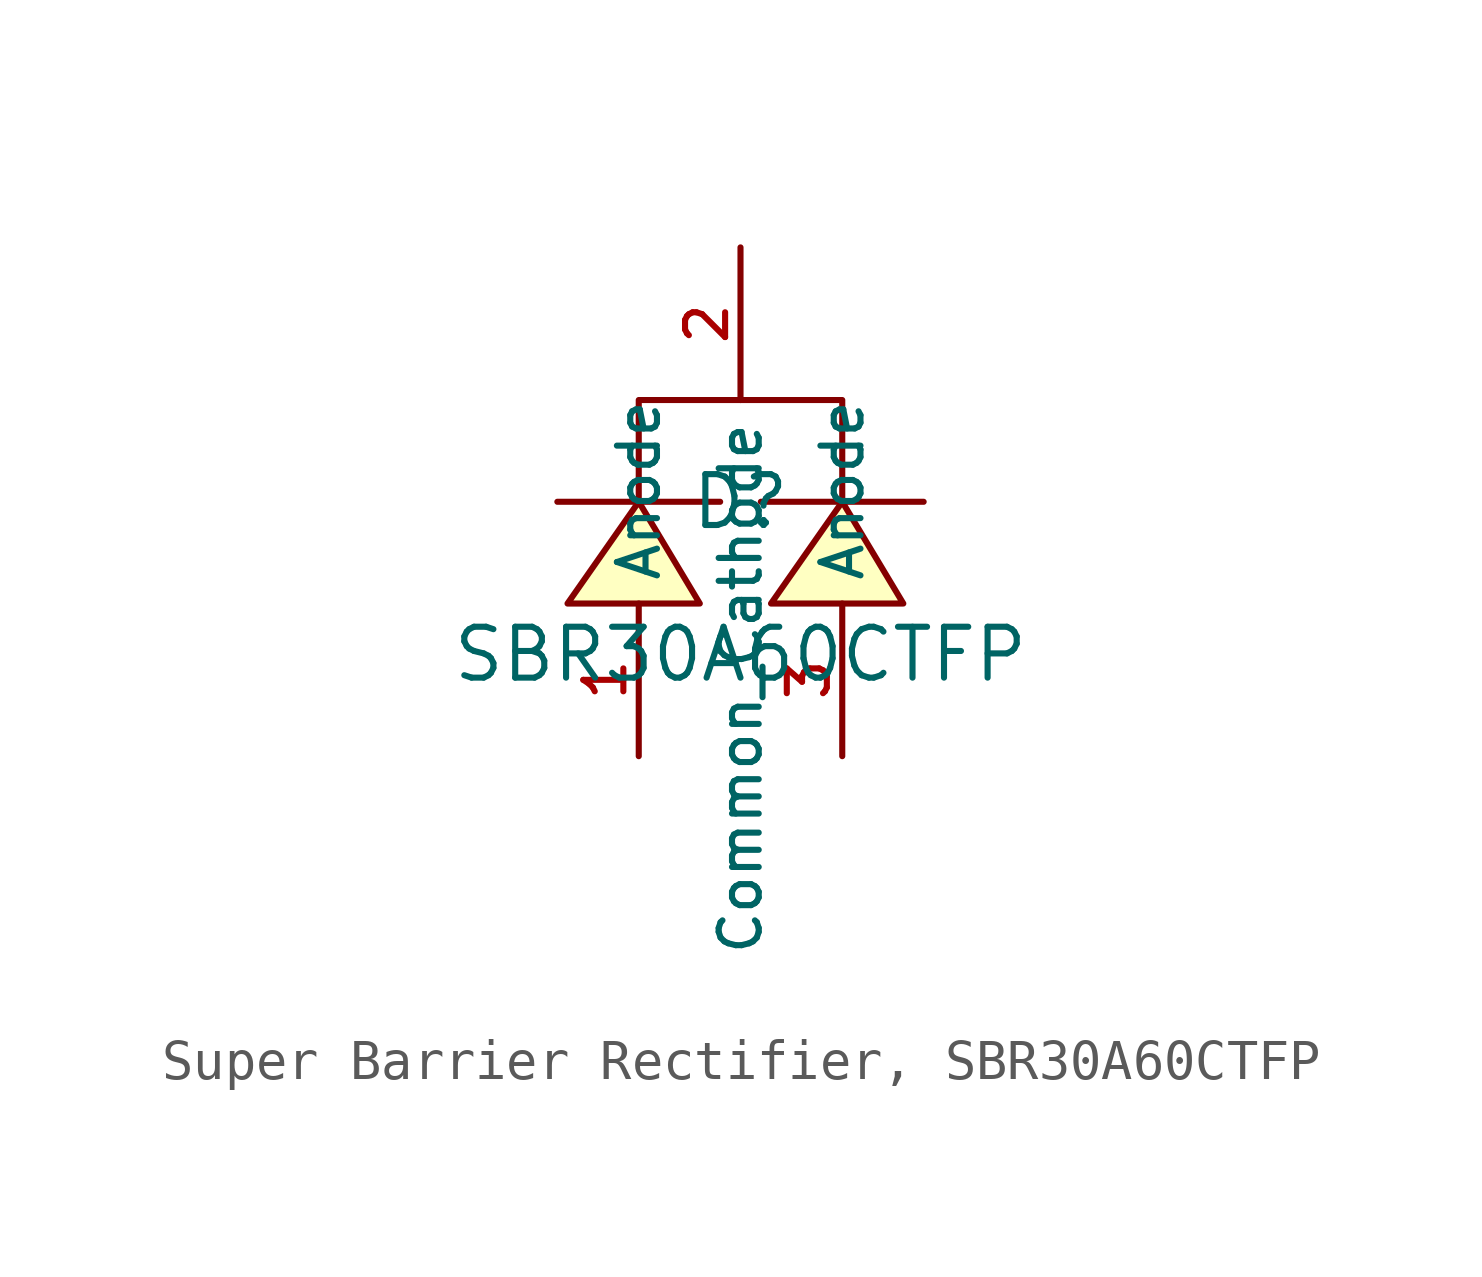
<source format=kicad_sym>
(kicad_symbol_lib
  (version 20231120)
  (generator "CDFER_Archive_Tool")
  (generator_version "0.0")
  (symbol "Super Barrier Rectifier, SBR30A60CTFP"
    (property "Reference" "D"
      (at 0 1.27 0)
      (effects (font (size 1.27 1.27))))
    (property "Value" "SBR30A60CTFP"
      (at 0 -2.54 0)
      (effects (font (size 1.27 1.27))))
    (symbol "Super Barrier Rectifier, SBR30A60CTFP_0_1"
      (polyline (pts (xy -4.572 1.27) (xy -0.508 1.27)) (stroke (width 0) (type default)) (fill (type none)))
      (polyline (pts (xy 0.508 1.27) (xy 4.572 1.27)) (stroke (width 0) (type default)) (fill (type none)))
      (polyline (pts (xy -2.54 1.27) (xy -2.54 3.81) (xy 2.54 3.81) (xy 2.54 1.27)) (stroke (width 0) (type default)) (fill (type none)))
      (polyline (pts (xy -1.016 -1.27) (xy -2.54 1.27) (xy -4.318 -1.27) (xy -1.016 -1.27)) (stroke (width 0) (type default)) (fill (type background)))
      (polyline (pts (xy 4.064 -1.27) (xy 2.54 1.27) (xy 0.762 -1.27) (xy 4.064 -1.27)) (stroke (width 0) (type default)) (fill (type background)))
      (pin unspecified line (at -2.54 -5.08 90) (length 3.81) (name "Anode" (effects (font (size 1 1)))) (number "1" (effects (font (size 1 1)))))
      (pin unspecified line (at 0 7.62 270) (length 3.81) (name "Common_Cathode" (effects (font (size 1 1)))) (number "2" (effects (font (size 1 1)))))
      (pin unspecified line (at 2.54 -5.08 90) (length 3.81) (name "Anode" (effects (font (size 1 1)))) (number "3" (effects (font (size 1 1))))))))
</source>
